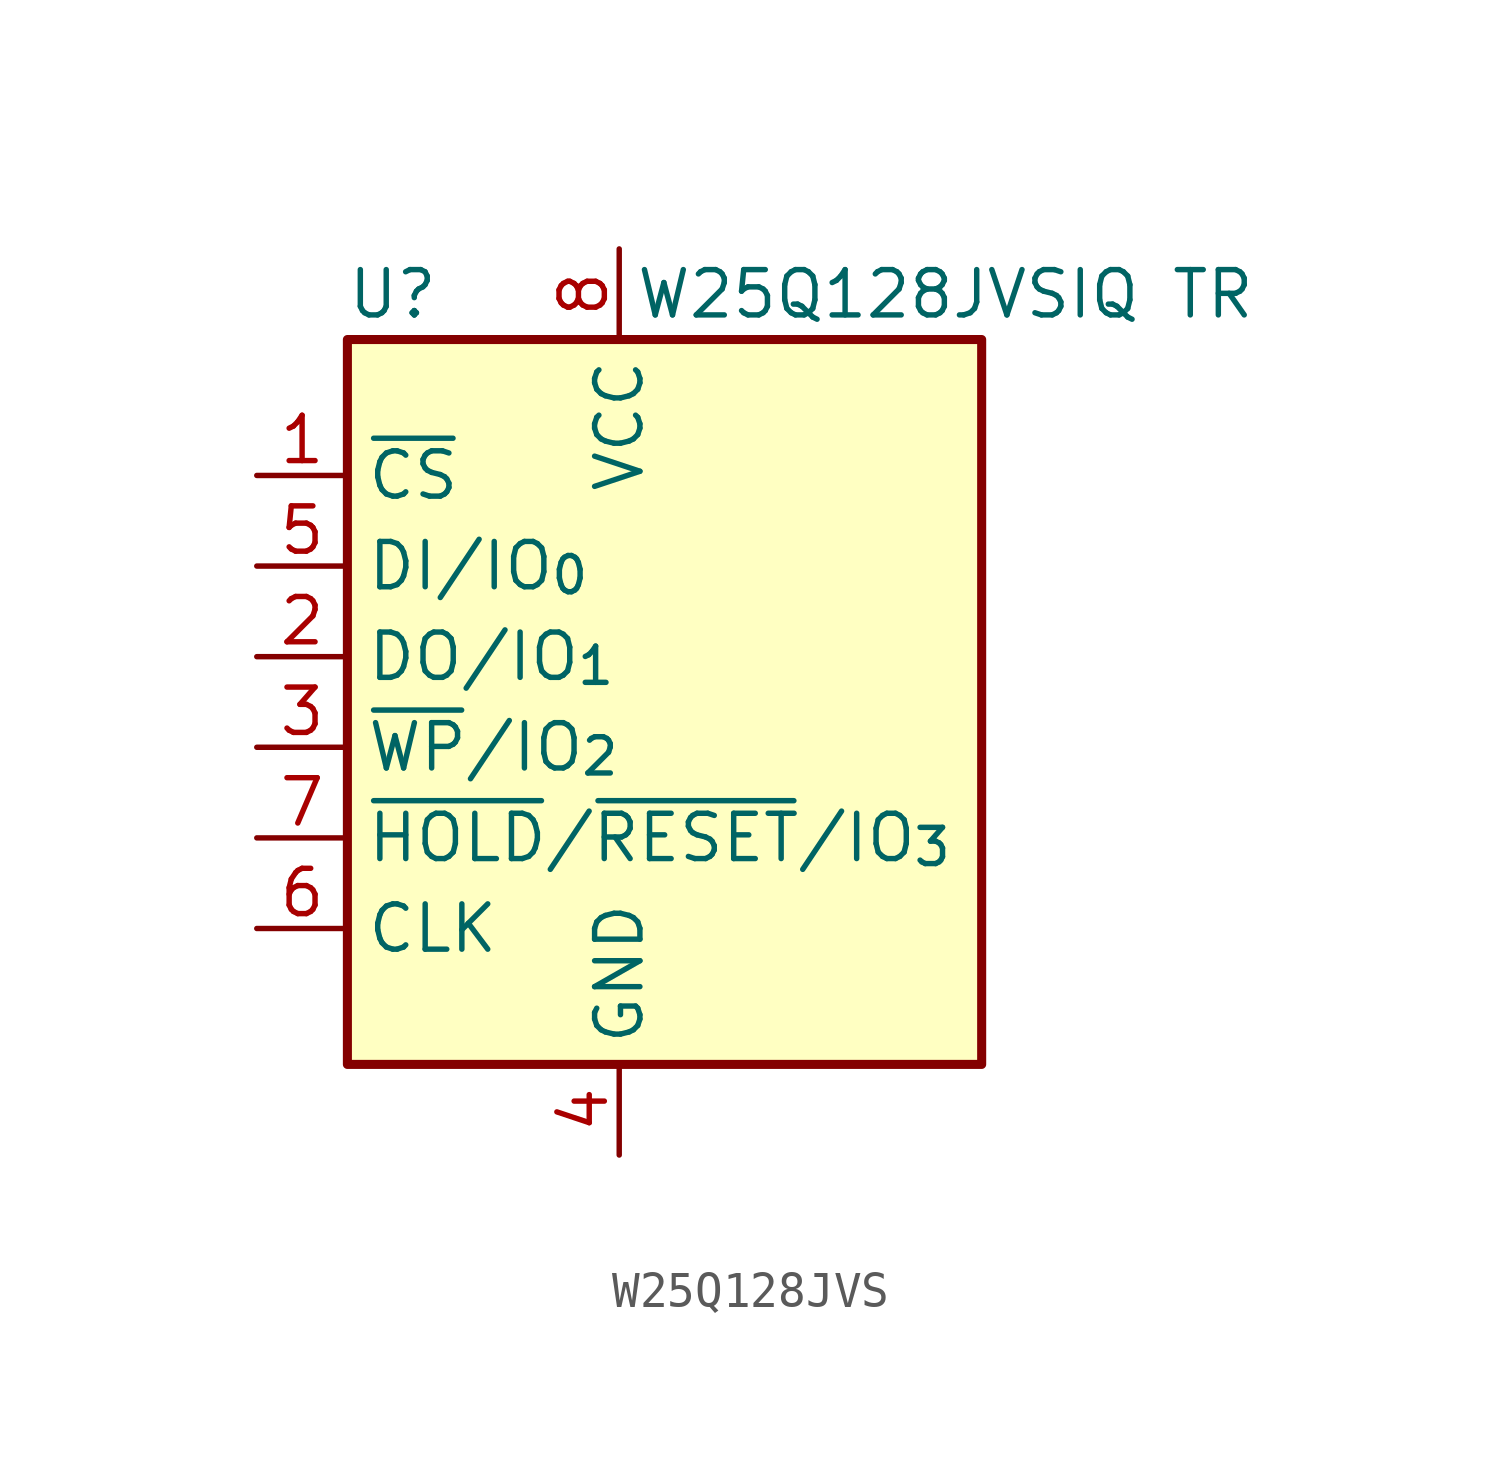
<source format=kicad_sym>
(kicad_symbol_lib
  (version 20241209)
  (generator "kicad_symbol_editor")
  (generator_version "9.0")
  (symbol "W25Q128JVS"
    (property "Reference" "U"
      (at -6.35 10.16 0)
      (effects (font (size 1.27 1.27))))
    (property "Value" "W25Q128JVSIQ TR"
      (at 9.144 10.16 0)
      (effects (font (size 1.27 1.27))))
    (symbol "W25Q128JVS_0_1"
      (rectangle (start -7.62 8.89) (end 10.16 -11.43) (stroke (width 0.254) (type default)) (fill (type background))))
    (symbol "W25Q128JVS_1_1"
      (pin input line (at -10.16 5.08 0) (length 2.54) (name "~{CS}" (effects (font (size 1.27 1.27)))) (number "1" (effects (font (size 1.27 1.27)))))
      (pin bidirectional line (at -10.16 2.54 0) (length 2.54) (name "DI/IO_{0}" (effects (font (size 1.27 1.27)))) (number "5" (effects (font (size 1.27 1.27)))))
      (pin bidirectional line (at -10.16 0 0) (length 2.54) (name "DO/IO_{1}" (effects (font (size 1.27 1.27)))) (number "2" (effects (font (size 1.27 1.27)))))
      (pin bidirectional line (at -10.16 -2.54 0) (length 2.54) (name "~{WP}/IO_{2}" (effects (font (size 1.27 1.27)))) (number "3" (effects (font (size 1.27 1.27)))))
      (pin bidirectional line (at -10.16 -5.08 0) (length 2.54) (name "~{HOLD}/~{RESET}/IO_{3}" (effects (font (size 1.27 1.27)))) (number "7" (effects (font (size 1.27 1.27)))))
      (pin input line (at -10.16 -7.62 0) (length 2.54) (name "CLK" (effects (font (size 1.27 1.27)))) (number "6" (effects (font (size 1.27 1.27)))))
      (pin power_in line (at 0 11.43 270) (length 2.54) (name "VCC" (effects (font (size 1.27 1.27)))) (number "8" (effects (font (size 1.27 1.27)))))
      (pin power_in line (at 0 -13.97 90) (length 2.54) (name "GND" (effects (font (size 1.27 1.27)))) (number "4" (effects (font (size 1.27 1.27))))))))
</source>
